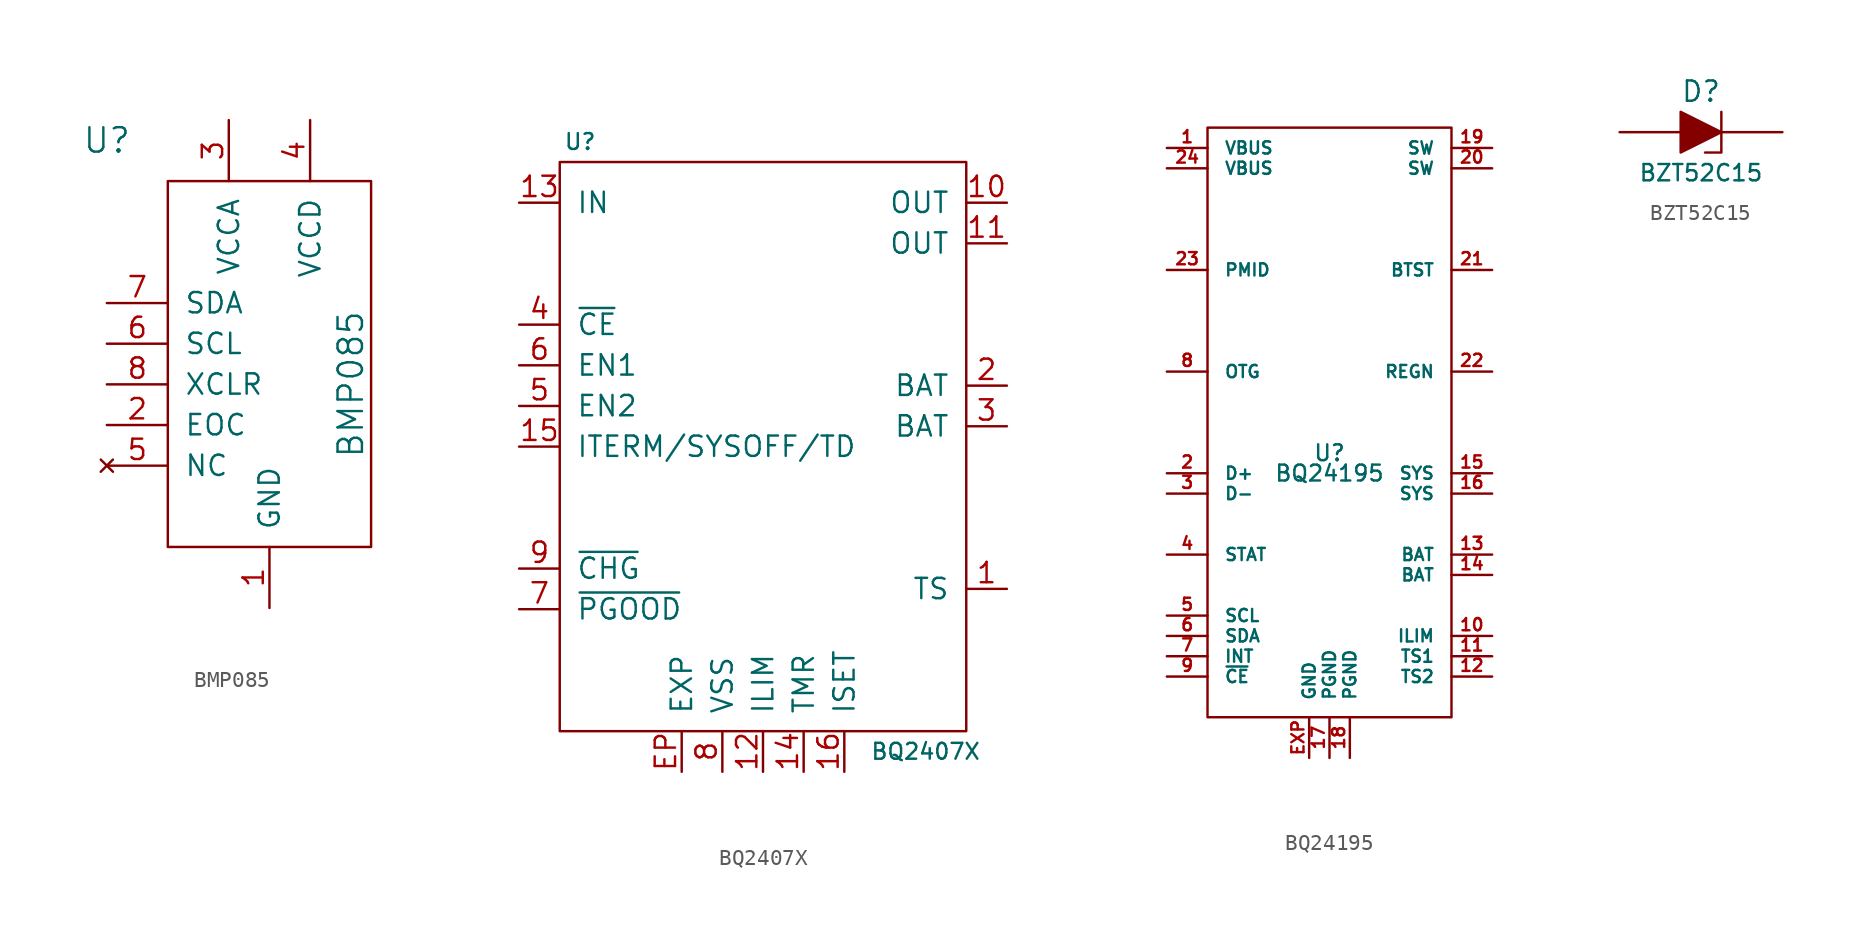
<source format=kicad_sym>
(kicad_symbol_lib
  (version 20211014)
  (generator kicad_symbol_editor)
  (symbol "BMP085"
    (pin_names
      (offset 1.016))
    (property "Reference" "U"
      (at -10.16 15.24 0)
      (effects (font (size 1.524 1.524))))
    (property "Value" "BMP085"
      (at 5.08 0 90)
      (effects (font (size 1.524 1.524))))
    (property "Footprint" ""
      (at 0 0 0)
      (effects (font (size 1.524 1.524))))
    (property "Datasheet" ""
      (at 0 0 0)
      (effects (font (size 1.524 1.524))))
    (symbol "BMP085_0_1"
      (rectangle (start -6.35 12.7) (end 6.35 -10.16) (stroke (width 0) (type default) (color 0 0 0 0)) (fill (type none))))
    (symbol "BMP085_1_1"
      (pin passive line (at 0 -13.97 90) (length 3.81) (name "GND" (effects (font (size 1.27 1.27)))) (number "1" (effects (font (size 1.27 1.27)))))
      (pin passive line (at -10.16 -2.54 0) (length 3.81) (name "EOC" (effects (font (size 1.27 1.27)))) (number "2" (effects (font (size 1.27 1.27)))))
      (pin passive line (at -2.54 16.51 270) (length 3.81) (name "VCCA" (effects (font (size 1.27 1.27)))) (number "3" (effects (font (size 1.27 1.27)))))
      (pin passive line (at 2.54 16.51 270) (length 3.81) (name "VCCD" (effects (font (size 1.27 1.27)))) (number "4" (effects (font (size 1.27 1.27)))))
      (pin no_connect line (at -10.16 -5.08 0) (length 3.81) (name "NC" (effects (font (size 1.27 1.27)))) (number "5" (effects (font (size 1.27 1.27)))))
      (pin passive line (at -10.16 2.54 0) (length 3.81) (name "SCL" (effects (font (size 1.27 1.27)))) (number "6" (effects (font (size 1.27 1.27)))))
      (pin passive line (at -10.16 5.08 0) (length 3.81) (name "SDA" (effects (font (size 1.27 1.27)))) (number "7" (effects (font (size 1.27 1.27)))))
      (pin input line (at -10.16 0 0) (length 3.81) (name "XCLR" (effects (font (size 1.27 1.27)))) (number "8" (effects (font (size 1.27 1.27)))))))
  (symbol "BQ2407X"
    (pin_names
      (offset 1.016))
    (property "Reference" "U"
      (at -11.43 19.05 0)
      (effects (font (size 0.991 0.991))))
    (property "Value" "BQ2407X"
      (at 10.16 -19.05 0)
      (effects (font (size 0.991 0.991))))
    (symbol "BQ2407X_0_1"
      (rectangle (start -12.7 17.78) (end 12.7 -17.78) (stroke (width 0) (type default) (color 0 0 0 0)) (fill (type none))))
    (symbol "BQ2407X_1_1"
      (pin passive line (at 15.24 -8.89 180) (length 2.54) (name "TS" (effects (font (size 1.27 1.27)))) (number "1" (effects (font (size 1.27 1.27)))))
      (pin passive line (at 15.24 15.24 180) (length 2.54) (name "OUT" (effects (font (size 1.27 1.27)))) (number "10" (effects (font (size 1.27 1.27)))))
      (pin passive line (at 15.24 12.7 180) (length 2.54) (name "OUT" (effects (font (size 1.27 1.27)))) (number "11" (effects (font (size 1.27 1.27)))))
      (pin passive line (at 0 -20.32 90) (length 2.54) (name "ILIM" (effects (font (size 1.27 1.27)))) (number "12" (effects (font (size 1.27 1.27)))))
      (pin passive line (at -15.24 15.24 0) (length 2.54) (name "IN" (effects (font (size 1.27 1.27)))) (number "13" (effects (font (size 1.27 1.27)))))
      (pin passive line (at 2.54 -20.32 90) (length 2.54) (name "TMR" (effects (font (size 1.27 1.27)))) (number "14" (effects (font (size 1.27 1.27)))))
      (pin passive line (at -15.24 0 0) (length 2.54) (name "ITERM/SYSOFF/TD" (effects (font (size 1.27 1.27)))) (number "15" (effects (font (size 1.27 1.27)))))
      (pin passive line (at 5.08 -20.32 90) (length 2.54) (name "ISET" (effects (font (size 1.27 1.27)))) (number "16" (effects (font (size 1.27 1.27)))))
      (pin passive line (at 15.24 3.81 180) (length 2.54) (name "BAT" (effects (font (size 1.27 1.27)))) (number "2" (effects (font (size 1.27 1.27)))))
      (pin passive line (at 15.24 1.27 180) (length 2.54) (name "BAT" (effects (font (size 1.27 1.27)))) (number "3" (effects (font (size 1.27 1.27)))))
      (pin passive line (at -15.24 7.62 0) (length 2.54) (name "~{CE}" (effects (font (size 1.27 1.27)))) (number "4" (effects (font (size 1.27 1.27)))))
      (pin passive line (at -15.24 2.54 0) (length 2.54) (name "EN2" (effects (font (size 1.27 1.27)))) (number "5" (effects (font (size 1.27 1.27)))))
      (pin passive line (at -15.24 5.08 0) (length 2.54) (name "EN1" (effects (font (size 1.27 1.27)))) (number "6" (effects (font (size 1.27 1.27)))))
      (pin passive line (at -15.24 -10.16 0) (length 2.54) (name "~{PGOOD}" (effects (font (size 1.27 1.27)))) (number "7" (effects (font (size 1.27 1.27)))))
      (pin passive line (at -2.54 -20.32 90) (length 2.54) (name "VSS" (effects (font (size 1.27 1.27)))) (number "8" (effects (font (size 1.27 1.27)))))
      (pin passive line (at -15.24 -7.62 0) (length 2.54) (name "~{CHG}" (effects (font (size 1.27 1.27)))) (number "9" (effects (font (size 1.27 1.27)))))
      (pin passive line (at -5.08 -20.32 90) (length 2.54) (name "EXP" (effects (font (size 1.27 1.27)))) (number "EP" (effects (font (size 1.27 1.27)))))))
  (symbol "BQ24195"
    (pin_names
      (offset 1.016))
    (property "Reference" "U"
      (at 0 0 0)
      (effects (font (size 0.991 0.991))))
    (property "Value" "BQ24195"
      (at 0 -1.27 0)
      (effects (font (size 0.991 0.991))))
    (symbol "BQ24195_0_0"
      (pin passive line (at -10.16 19.05 0) (length 2.54) (name "VBUS" (effects (font (size 0.762 0.762)))) (number "1" (effects (font (size 0.762 0.762)))))
      (pin passive line (at 10.16 -11.43 180) (length 2.54) (name "ILIM" (effects (font (size 0.762 0.762)))) (number "10" (effects (font (size 0.762 0.762)))))
      (pin passive line (at 10.16 -12.7 180) (length 2.54) (name "TS1" (effects (font (size 0.762 0.762)))) (number "11" (effects (font (size 0.762 0.762)))))
      (pin passive line (at 10.16 -13.97 180) (length 2.54) (name "TS2" (effects (font (size 0.762 0.762)))) (number "12" (effects (font (size 0.762 0.762)))))
      (pin passive line (at 10.16 -6.35 180) (length 2.54) (name "BAT" (effects (font (size 0.762 0.762)))) (number "13" (effects (font (size 0.762 0.762)))))
      (pin passive line (at 10.16 -7.62 180) (length 2.54) (name "BAT" (effects (font (size 0.762 0.762)))) (number "14" (effects (font (size 0.762 0.762)))))
      (pin passive line (at 10.16 -1.27 180) (length 2.54) (name "SYS" (effects (font (size 0.762 0.762)))) (number "15" (effects (font (size 0.762 0.762)))))
      (pin passive line (at 10.16 -2.54 180) (length 2.54) (name "SYS" (effects (font (size 0.762 0.762)))) (number "16" (effects (font (size 0.762 0.762)))))
      (pin passive line (at 0 -19.05 90) (length 2.54) (name "PGND" (effects (font (size 0.762 0.762)))) (number "17" (effects (font (size 0.762 0.762)))))
      (pin passive line (at 1.27 -19.05 90) (length 2.54) (name "PGND" (effects (font (size 0.762 0.762)))) (number "18" (effects (font (size 0.762 0.762)))))
      (pin passive line (at 10.16 19.05 180) (length 2.54) (name "SW" (effects (font (size 0.762 0.762)))) (number "19" (effects (font (size 0.762 0.762)))))
      (pin passive line (at -10.16 -1.27 0) (length 2.54) (name "D+" (effects (font (size 0.762 0.762)))) (number "2" (effects (font (size 0.762 0.762)))))
      (pin passive line (at 10.16 17.78 180) (length 2.54) (name "SW" (effects (font (size 0.762 0.762)))) (number "20" (effects (font (size 0.762 0.762)))))
      (pin passive line (at 10.16 11.43 180) (length 2.54) (name "BTST" (effects (font (size 0.762 0.762)))) (number "21" (effects (font (size 0.762 0.762)))))
      (pin passive line (at 10.16 5.08 180) (length 2.54) (name "REGN" (effects (font (size 0.762 0.762)))) (number "22" (effects (font (size 0.762 0.762)))))
      (pin passive line (at -10.16 11.43 0) (length 2.54) (name "PMID" (effects (font (size 0.762 0.762)))) (number "23" (effects (font (size 0.762 0.762)))))
      (pin passive line (at -10.16 17.78 0) (length 2.54) (name "VBUS" (effects (font (size 0.762 0.762)))) (number "24" (effects (font (size 0.762 0.762)))))
      (pin passive line (at -10.16 -2.54 0) (length 2.54) (name "D-" (effects (font (size 0.762 0.762)))) (number "3" (effects (font (size 0.762 0.762)))))
      (pin passive line (at -10.16 -6.35 0) (length 2.54) (name "STAT" (effects (font (size 0.762 0.762)))) (number "4" (effects (font (size 0.762 0.762)))))
      (pin passive line (at -10.16 -10.16 0) (length 2.54) (name "SCL" (effects (font (size 0.762 0.762)))) (number "5" (effects (font (size 0.762 0.762)))))
      (pin passive line (at -10.16 -11.43 0) (length 2.54) (name "SDA" (effects (font (size 0.762 0.762)))) (number "6" (effects (font (size 0.762 0.762)))))
      (pin passive line (at -10.16 -12.7 0) (length 2.54) (name "INT" (effects (font (size 0.762 0.762)))) (number "7" (effects (font (size 0.762 0.762)))))
      (pin passive line (at -10.16 5.08 0) (length 2.54) (name "OTG" (effects (font (size 0.762 0.762)))) (number "8" (effects (font (size 0.762 0.762)))))
      (pin passive line (at -10.16 -13.97 0) (length 2.54) (name "~{CE}" (effects (font (size 0.762 0.762)))) (number "9" (effects (font (size 0.762 0.762)))))
      (pin passive line (at -1.27 -19.05 90) (length 2.54) (name "GND" (effects (font (size 0.762 0.762)))) (number "EXP" (effects (font (size 0.762 0.762))))))
    (symbol "BQ24195_0_1"
      (rectangle (start -7.62 20.32) (end 7.62 -16.51) (stroke (width 0) (type default) (color 0 0 0 0)) (fill (type none)))))
  (symbol "BZT52C15"
    (pin_numbers hide)
    (pin_names
      (offset 1.016) hide)
    (property "Reference" "D"
      (at 0 2.54 0)
      (effects (font (size 1.27 1.27))))
    (property "Value" "BZT52C15"
      (at 0 -2.54 0)
      (effects (font (size 1.016 1.016))))
    (property "Footprint" ""
      (at 0 0 0)
      (effects (font (size 1.524 1.524))))
    (property "Datasheet" ""
      (at 0 0 0)
      (effects (font (size 1.524 1.524))))
    (symbol "BZT52C15_0_1"
      (polyline (pts (xy 0.254 -1.27) (xy 1.27 -1.27) (xy 1.27 1.27) (xy 1.27 1.27)) (stroke (width 0) (type default) (color 0 0 0 0)) (fill (type none)))
      (polyline (pts (xy 1.27 0) (xy -1.27 1.27) (xy -1.27 -1.27) (xy 1.27 0) (xy 1.27 0)) (stroke (width 0) (type default) (color 0 0 0 0)) (fill (type outline))))
    (symbol "BZT52C15_1_1"
      (pin passive line (at -5.08 0 0) (length 3.81) (name "A" (effects (font (size 1.016 1.016)))) (number "1" (effects (font (size 1.016 1.016)))))
      (pin passive line (at 5.08 0 180) (length 3.81) (name "K" (effects (font (size 1.016 1.016)))) (number "2" (effects (font (size 1.016 1.016))))))))
</source>
